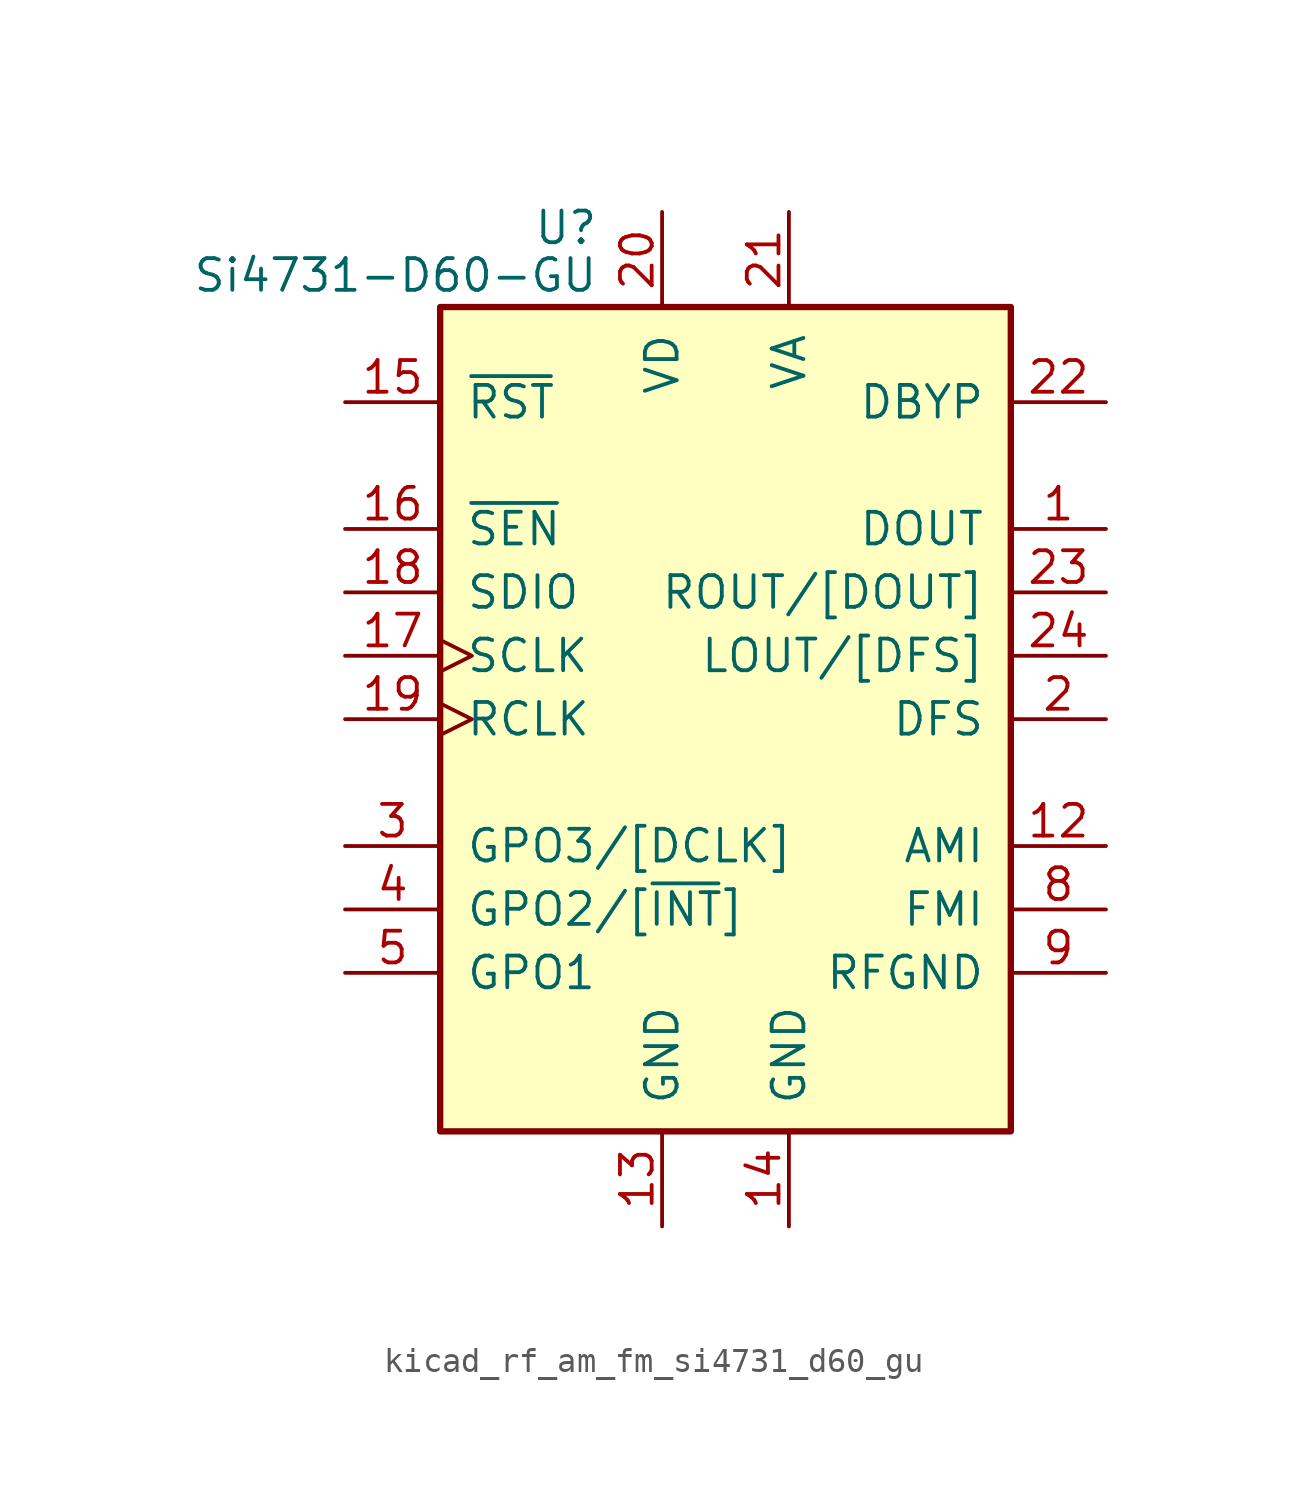
<source format=kicad_sym>
(kicad_symbol_lib
  (version 20220914)
  (generator kicad_symbol_editor)
  (symbol "kicad_rf_am_fm_si4731_d60_gu"
    (pin_names
      (offset 1.016))
    (property "Reference" "U"
      (at -5.08 19.685 0)
      (effects (font (size 1.27 1.27)) (justify right)))
    (property "Value" "Si4731-D60-GU"
      (at -5.08 17.78 0)
      (effects (font (size 1.27 1.27)) (justify right)))
    (symbol "kicad_rf_am_fm_si4731_d60_gu_0_1"
      (rectangle (start 11.43 16.51) (end -11.43 -16.51) (stroke (width 0.254) (type default)) (fill (type background))))
    (symbol "kicad_rf_am_fm_si4731_d60_gu_1_1"
      (pin output line (at 15.24 7.62 180) (length 3.81) (name "DOUT" (effects (font (size 1.27 1.27)))) (number "1" (effects (font (size 1.27 1.27)))))
      (pin no_connect line (at -5.08 -16.51 90) (length 3.81) hide (name "NC" (effects (font (size 1.27 1.27)))) (number "10" (effects (font (size 1.27 1.27)))))
      (pin no_connect line (at 5.08 -16.51 90) (length 3.81) hide (name "NC" (effects (font (size 1.27 1.27)))) (number "11" (effects (font (size 1.27 1.27)))))
      (pin input line (at 15.24 -5.08 180) (length 3.81) (name "AMI" (effects (font (size 1.27 1.27)))) (number "12" (effects (font (size 1.27 1.27)))))
      (pin power_in line (at -2.54 -20.32 90) (length 3.81) (name "GND" (effects (font (size 1.27 1.27)))) (number "13" (effects (font (size 1.27 1.27)))))
      (pin power_in line (at 2.54 -20.32 90) (length 3.81) (name "GND" (effects (font (size 1.27 1.27)))) (number "14" (effects (font (size 1.27 1.27)))))
      (pin input line (at -15.24 12.7 0) (length 3.81) (name "~{RST}" (effects (font (size 1.27 1.27)))) (number "15" (effects (font (size 1.27 1.27)))))
      (pin input line (at -15.24 7.62 0) (length 3.81) (name "~{SEN}" (effects (font (size 1.27 1.27)))) (number "16" (effects (font (size 1.27 1.27)))))
      (pin input clock (at -15.24 2.54 0) (length 3.81) (name "SCLK" (effects (font (size 1.27 1.27)))) (number "17" (effects (font (size 1.27 1.27)))))
      (pin bidirectional line (at -15.24 5.08 0) (length 3.81) (name "SDIO" (effects (font (size 1.27 1.27)))) (number "18" (effects (font (size 1.27 1.27)))))
      (pin input clock (at -15.24 0 0) (length 3.81) (name "RCLK" (effects (font (size 1.27 1.27)))) (number "19" (effects (font (size 1.27 1.27)))))
      (pin input line (at 15.24 0 180) (length 3.81) (name "DFS" (effects (font (size 1.27 1.27)))) (number "2" (effects (font (size 1.27 1.27)))))
      (pin power_in line (at -2.54 20.32 270) (length 3.81) (name "VD" (effects (font (size 1.27 1.27)))) (number "20" (effects (font (size 1.27 1.27)))))
      (pin power_in line (at 2.54 20.32 270) (length 3.81) (name "VA" (effects (font (size 1.27 1.27)))) (number "21" (effects (font (size 1.27 1.27)))))
      (pin passive line (at 15.24 12.7 180) (length 3.81) (name "DBYP" (effects (font (size 1.27 1.27)))) (number "22" (effects (font (size 1.27 1.27)))))
      (pin output line (at 15.24 5.08 180) (length 3.81) (name "ROUT/[DOUT]" (effects (font (size 1.27 1.27)))) (number "23" (effects (font (size 1.27 1.27)))))
      (pin bidirectional line (at 15.24 2.54 180) (length 3.81) (name "LOUT/[DFS]" (effects (font (size 1.27 1.27)))) (number "24" (effects (font (size 1.27 1.27)))))
      (pin bidirectional line (at -15.24 -5.08 0) (length 3.81) (name "GPO3/[DCLK]" (effects (font (size 1.27 1.27)))) (number "3" (effects (font (size 1.27 1.27)))))
      (pin output line (at -15.24 -7.62 0) (length 3.81) (name "GPO2/[~{INT}]" (effects (font (size 1.27 1.27)))) (number "4" (effects (font (size 1.27 1.27)))))
      (pin output line (at -15.24 -10.16 0) (length 3.81) (name "GPO1" (effects (font (size 1.27 1.27)))) (number "5" (effects (font (size 1.27 1.27)))))
      (pin no_connect line (at -11.43 -12.7 0) (length 3.81) hide (name "NC" (effects (font (size 1.27 1.27)))) (number "6" (effects (font (size 1.27 1.27)))))
      (pin no_connect line (at 11.43 -12.7 180) (length 3.81) hide (name "NC" (effects (font (size 1.27 1.27)))) (number "7" (effects (font (size 1.27 1.27)))))
      (pin input line (at 15.24 -7.62 180) (length 3.81) (name "FMI" (effects (font (size 1.27 1.27)))) (number "8" (effects (font (size 1.27 1.27)))))
      (pin power_in line (at 15.24 -10.16 180) (length 3.81) (name "RFGND" (effects (font (size 1.27 1.27)))) (number "9" (effects (font (size 1.27 1.27))))))))
</source>
